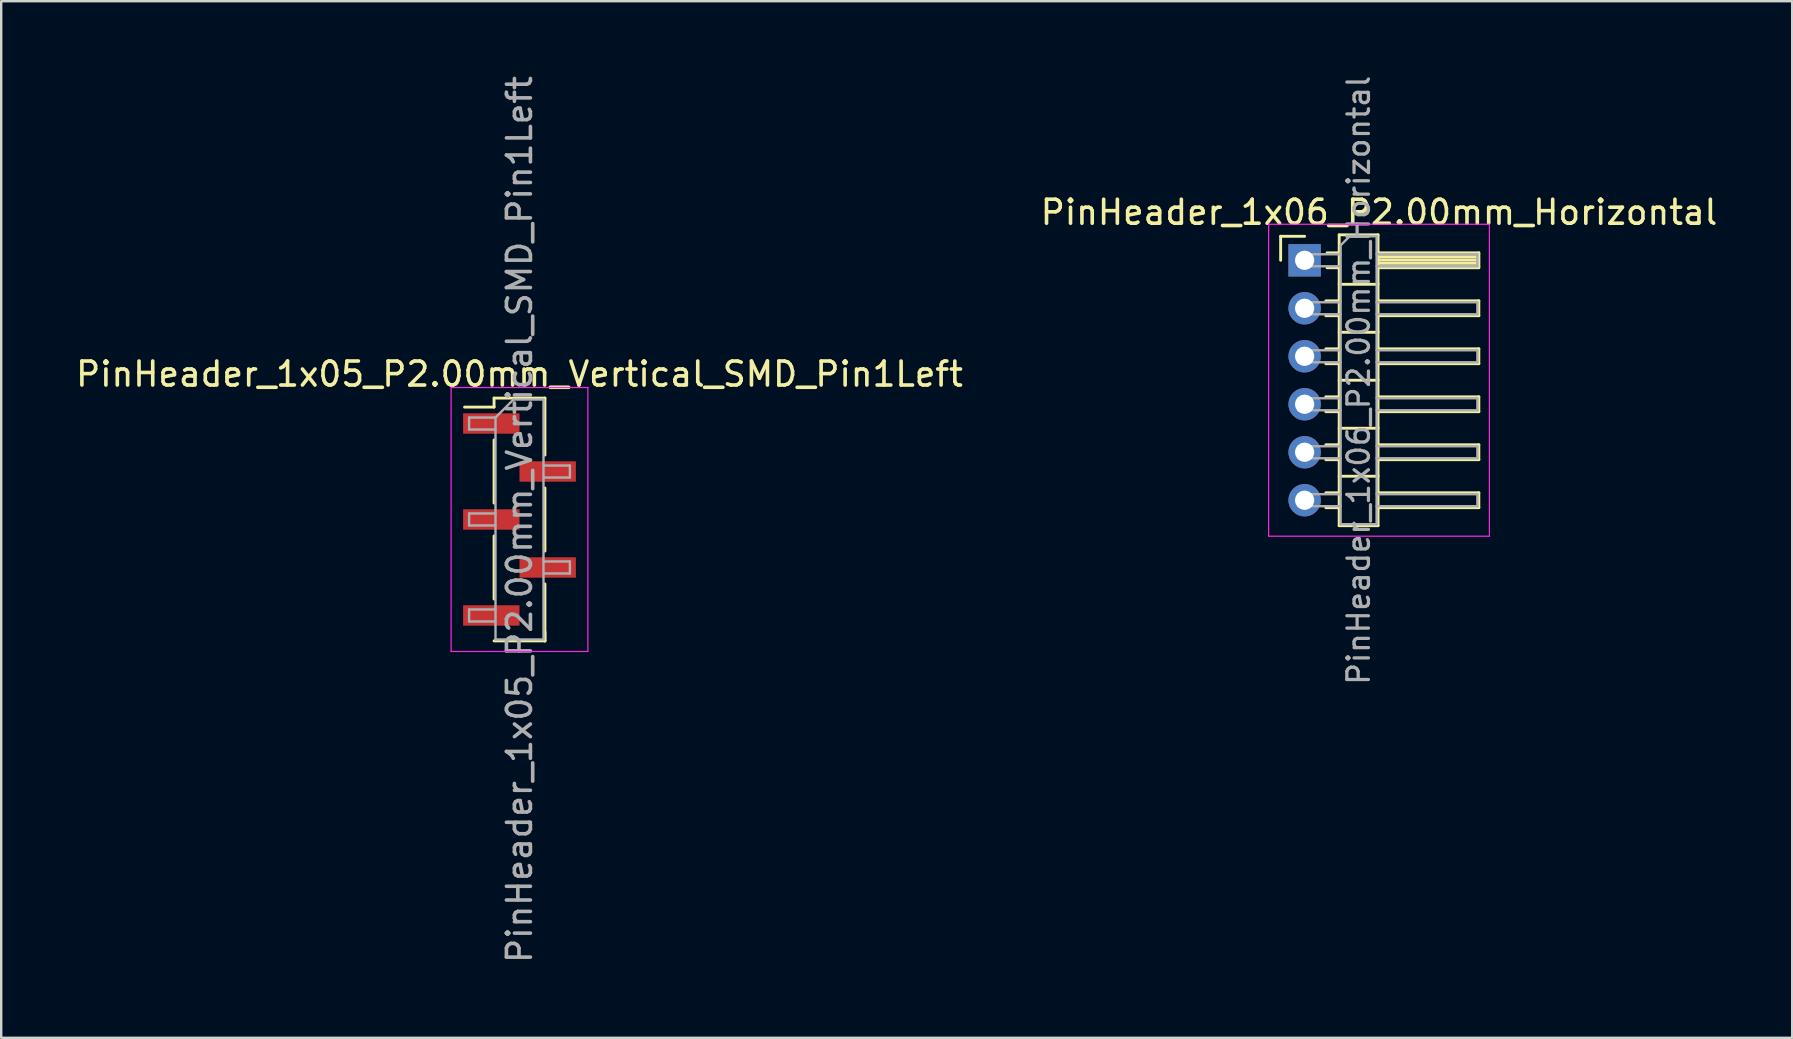
<source format=kicad_pcb>
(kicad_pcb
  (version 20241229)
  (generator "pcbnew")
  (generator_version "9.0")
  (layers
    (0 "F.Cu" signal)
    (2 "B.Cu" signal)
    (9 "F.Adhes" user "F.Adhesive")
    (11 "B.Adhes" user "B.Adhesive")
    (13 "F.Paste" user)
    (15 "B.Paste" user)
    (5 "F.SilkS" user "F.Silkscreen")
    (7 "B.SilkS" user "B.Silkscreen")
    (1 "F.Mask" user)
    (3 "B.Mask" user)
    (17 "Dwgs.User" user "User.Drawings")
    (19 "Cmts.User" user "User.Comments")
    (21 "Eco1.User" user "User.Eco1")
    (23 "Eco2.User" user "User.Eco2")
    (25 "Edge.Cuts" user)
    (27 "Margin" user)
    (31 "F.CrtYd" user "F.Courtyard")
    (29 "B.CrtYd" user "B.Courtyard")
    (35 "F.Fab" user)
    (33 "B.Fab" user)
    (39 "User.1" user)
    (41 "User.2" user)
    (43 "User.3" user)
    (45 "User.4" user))
  (footprint "PinHeader_1x05_P2.00mm_Vertical_SMD_Pin1Left"
    (layer "F.Cu")
    (at 18.601 18.601)
    (property "Reference" "PinHeader_1x05_P2.00mm_Vertical_SMD_Pin1Left" (at 0 -6.06 0) (layer "F.SilkS") (effects (font (size 1 1) (thickness 0.15))))
    (attr smd)
    (fp_line (start -1.06 -5.06) (end -1.06 -4.685) (stroke (width 0.12) (type solid)) (layer "F.SilkS"))
    (fp_line (start -1.06 -5.06) (end 1.06 -5.06) (stroke (width 0.12) (type solid)) (layer "F.SilkS"))
    (fp_line (start -1.06 -4.685) (end -2.29 -4.685) (stroke (width 0.12) (type solid)) (layer "F.SilkS"))
    (fp_line (start -1.06 -3.315) (end -1.06 -0.685) (stroke (width 0.12) (type solid)) (layer "F.SilkS"))
    (fp_line (start -1.06 0.685) (end -1.06 3.315) (stroke (width 0.12) (type solid)) (layer "F.SilkS"))
    (fp_line (start -1.06 5.06) (end 1.06 5.06) (stroke (width 0.12) (type solid)) (layer "F.SilkS"))
    (fp_line (start 1.06 -5.06) (end 1.06 -2.685) (stroke (width 0.12) (type solid)) (layer "F.SilkS"))
    (fp_line (start 1.06 -1.315) (end 1.06 1.315) (stroke (width 0.12) (type solid)) (layer "F.SilkS"))
    (fp_line (start 1.06 2.685) (end 1.06 5.06) (stroke (width 0.12) (type solid)) (layer "F.SilkS"))
    (fp_line (start 1.06 4.685) (end 1.06 5.06) (stroke (width 0.12) (type solid)) (layer "F.SilkS"))
    (fp_line (start -2.85 -5.5) (end -2.85 5.5) (stroke (width 0.05) (type solid)) (layer "F.CrtYd"))
    (fp_line (start -2.85 5.5) (end 2.85 5.5) (stroke (width 0.05) (type solid)) (layer "F.CrtYd"))
    (fp_line (start 2.85 -5.5) (end -2.85 -5.5) (stroke (width 0.05) (type solid)) (layer "F.CrtYd"))
    (fp_line (start 2.85 5.5) (end 2.85 -5.5) (stroke (width 0.05) (type solid)) (layer "F.CrtYd"))
    (fp_line (start -2.1 -4.25) (end -2.1 -3.75) (stroke (width 0.1) (type solid)) (layer "F.Fab"))
    (fp_line (start -2.1 -3.75) (end -1 -3.75) (stroke (width 0.1) (type solid)) (layer "F.Fab"))
    (fp_line (start -2.1 -0.25) (end -2.1 0.25) (stroke (width 0.1) (type solid)) (layer "F.Fab"))
    (fp_line (start -2.1 0.25) (end -1 0.25) (stroke (width 0.1) (type solid)) (layer "F.Fab"))
    (fp_line (start -2.1 3.75) (end -2.1 4.25) (stroke (width 0.1) (type solid)) (layer "F.Fab"))
    (fp_line (start -2.1 4.25) (end -1 4.25) (stroke (width 0.1) (type solid)) (layer "F.Fab"))
    (fp_line (start -1 -4.25) (end -2.1 -4.25) (stroke (width 0.1) (type solid)) (layer "F.Fab"))
    (fp_line (start -1 -4.25) (end -0.25 -5) (stroke (width 0.1) (type solid)) (layer "F.Fab"))
    (fp_line (start -1 -0.25) (end -2.1 -0.25) (stroke (width 0.1) (type solid)) (layer "F.Fab"))
    (fp_line (start -1 3.75) (end -2.1 3.75) (stroke (width 0.1) (type solid)) (layer "F.Fab"))
    (fp_line (start -1 5) (end -1 -4.25) (stroke (width 0.1) (type solid)) (layer "F.Fab"))
    (fp_line (start -0.25 -5) (end 1 -5) (stroke (width 0.1) (type solid)) (layer "F.Fab"))
    (fp_line (start 1 -5) (end 1 5) (stroke (width 0.1) (type solid)) (layer "F.Fab"))
    (fp_line (start 1 -2.25) (end 2.1 -2.25) (stroke (width 0.1) (type solid)) (layer "F.Fab"))
    (fp_line (start 1 1.75) (end 2.1 1.75) (stroke (width 0.1) (type solid)) (layer "F.Fab"))
    (fp_line (start 1 5) (end -1 5) (stroke (width 0.1) (type solid)) (layer "F.Fab"))
    (fp_line (start 2.1 -2.25) (end 2.1 -1.75) (stroke (width 0.1) (type solid)) (layer "F.Fab"))
    (fp_line (start 2.1 -1.75) (end 1 -1.75) (stroke (width 0.1) (type solid)) (layer "F.Fab"))
    (fp_line (start 2.1 1.75) (end 2.1 2.25) (stroke (width 0.1) (type solid)) (layer "F.Fab"))
    (fp_line (start 2.1 2.25) (end 1 2.25) (stroke (width 0.1) (type solid)) (layer "F.Fab"))
    (fp_text user "${REFERENCE}" (at 0 0 90) (layer "F.Fab") (effects (font (size 1 1) (thickness 0.15))))
    (pad "1" smd rect (at -1.175 -4) (size 2.35 0.85) (layers "F.Cu" "F.Mask" "F.Paste"))
    (pad "2" smd rect (at 1.175 -2) (size 2.35 0.85) (layers "F.Cu" "F.Mask" "F.Paste"))
    (pad "3" smd rect (at -1.175 0) (size 2.35 0.85) (layers "F.Cu" "F.Mask" "F.Paste"))
    (pad "4" smd rect (at 1.175 2) (size 2.35 0.85) (layers "F.Cu" "F.Mask" "F.Paste"))
    (pad "5" smd rect (at -1.175 4) (size 2.35 0.85) (layers "F.Cu" "F.Mask" "F.Paste")))
  (footprint "PinHeader_1x06_P2.00mm_Horizontal"
    (layer "F.Cu")
    (at 51.323 7.798)
    (property "Reference" "PinHeader_1x06_P2.00mm_Horizontal" (at 3.1 -2 0) (layer "F.SilkS") (effects (font (size 1 1) (thickness 0.15))))
    (attr through_hole)
    (fp_line (start -1 -1) (end 0 -1) (stroke (width 0.12) (type solid)) (layer "F.SilkS"))
    (fp_line (start -1 0) (end -1 -1) (stroke (width 0.12) (type solid)) (layer "F.SilkS"))
    (fp_line (start 0.882 1.69) (end 1.44 1.69) (stroke (width 0.12) (type solid)) (layer "F.SilkS"))
    (fp_line (start 0.882 2.31) (end 1.44 2.31) (stroke (width 0.12) (type solid)) (layer "F.SilkS"))
    (fp_line (start 0.882 3.69) (end 1.44 3.69) (stroke (width 0.12) (type solid)) (layer "F.SilkS"))
    (fp_line (start 0.882 4.31) (end 1.44 4.31) (stroke (width 0.12) (type solid)) (layer "F.SilkS"))
    (fp_line (start 0.882 5.69) (end 1.44 5.69) (stroke (width 0.12) (type solid)) (layer "F.SilkS"))
    (fp_line (start 0.882 6.31) (end 1.44 6.31) (stroke (width 0.12) (type solid)) (layer "F.SilkS"))
    (fp_line (start 0.882 7.69) (end 1.44 7.69) (stroke (width 0.12) (type solid)) (layer "F.SilkS"))
    (fp_line (start 0.882 8.31) (end 1.44 8.31) (stroke (width 0.12) (type solid)) (layer "F.SilkS"))
    (fp_line (start 0.882 9.69) (end 1.44 9.69) (stroke (width 0.12) (type solid)) (layer "F.SilkS"))
    (fp_line (start 0.882 10.31) (end 1.44 10.31) (stroke (width 0.12) (type solid)) (layer "F.SilkS"))
    (fp_line (start 0.935 -0.31) (end 1.44 -0.31) (stroke (width 0.12) (type solid)) (layer "F.SilkS"))
    (fp_line (start 0.935 0.31) (end 1.44 0.31) (stroke (width 0.12) (type solid)) (layer "F.SilkS"))
    (fp_line (start 1.44 -1.06) (end 1.44 11.06) (stroke (width 0.12) (type solid)) (layer "F.SilkS"))
    (fp_line (start 1.44 1) (end 3.06 1) (stroke (width 0.12) (type solid)) (layer "F.SilkS"))
    (fp_line (start 1.44 3) (end 3.06 3) (stroke (width 0.12) (type solid)) (layer "F.SilkS"))
    (fp_line (start 1.44 5) (end 3.06 5) (stroke (width 0.12) (type solid)) (layer "F.SilkS"))
    (fp_line (start 1.44 7) (end 3.06 7) (stroke (width 0.12) (type solid)) (layer "F.SilkS"))
    (fp_line (start 1.44 9) (end 3.06 9) (stroke (width 0.12) (type solid)) (layer "F.SilkS"))
    (fp_line (start 1.44 11.06) (end 3.06 11.06) (stroke (width 0.12) (type solid)) (layer "F.SilkS"))
    (fp_line (start 3.06 -1.06) (end 1.44 -1.06) (stroke (width 0.12) (type solid)) (layer "F.SilkS"))
    (fp_line (start 3.06 -0.31) (end 7.26 -0.31) (stroke (width 0.12) (type solid)) (layer "F.SilkS"))
    (fp_line (start 3.06 -0.25) (end 7.26 -0.25) (stroke (width 0.12) (type solid)) (layer "F.SilkS"))
    (fp_line (start 3.06 -0.13) (end 7.26 -0.13) (stroke (width 0.12) (type solid)) (layer "F.SilkS"))
    (fp_line (start 3.06 -0.01) (end 7.26 -0.01) (stroke (width 0.12) (type solid)) (layer "F.SilkS"))
    (fp_line (start 3.06 0.11) (end 7.26 0.11) (stroke (width 0.12) (type solid)) (layer "F.SilkS"))
    (fp_line (start 3.06 0.23) (end 7.26 0.23) (stroke (width 0.12) (type solid)) (layer "F.SilkS"))
    (fp_line (start 3.06 1.69) (end 7.26 1.69) (stroke (width 0.12) (type solid)) (layer "F.SilkS"))
    (fp_line (start 3.06 3.69) (end 7.26 3.69) (stroke (width 0.12) (type solid)) (layer "F.SilkS"))
    (fp_line (start 3.06 5.69) (end 7.26 5.69) (stroke (width 0.12) (type solid)) (layer "F.SilkS"))
    (fp_line (start 3.06 7.69) (end 7.26 7.69) (stroke (width 0.12) (type solid)) (layer "F.SilkS"))
    (fp_line (start 3.06 9.69) (end 7.26 9.69) (stroke (width 0.12) (type solid)) (layer "F.SilkS"))
    (fp_line (start 3.06 11.06) (end 3.06 -1.06) (stroke (width 0.12) (type solid)) (layer "F.SilkS"))
    (fp_line (start 7.26 -0.31) (end 7.26 0.31) (stroke (width 0.12) (type solid)) (layer "F.SilkS"))
    (fp_line (start 7.26 0.31) (end 3.06 0.31) (stroke (width 0.12) (type solid)) (layer "F.SilkS"))
    (fp_line (start 7.26 1.69) (end 7.26 2.31) (stroke (width 0.12) (type solid)) (layer "F.SilkS"))
    (fp_line (start 7.26 2.31) (end 3.06 2.31) (stroke (width 0.12) (type solid)) (layer "F.SilkS"))
    (fp_line (start 7.26 3.69) (end 7.26 4.31) (stroke (width 0.12) (type solid)) (layer "F.SilkS"))
    (fp_line (start 7.26 4.31) (end 3.06 4.31) (stroke (width 0.12) (type solid)) (layer "F.SilkS"))
    (fp_line (start 7.26 5.69) (end 7.26 6.31) (stroke (width 0.12) (type solid)) (layer "F.SilkS"))
    (fp_line (start 7.26 6.31) (end 3.06 6.31) (stroke (width 0.12) (type solid)) (layer "F.SilkS"))
    (fp_line (start 7.26 7.69) (end 7.26 8.31) (stroke (width 0.12) (type solid)) (layer "F.SilkS"))
    (fp_line (start 7.26 8.31) (end 3.06 8.31) (stroke (width 0.12) (type solid)) (layer "F.SilkS"))
    (fp_line (start 7.26 9.69) (end 7.26 10.31) (stroke (width 0.12) (type solid)) (layer "F.SilkS"))
    (fp_line (start 7.26 10.31) (end 3.06 10.31) (stroke (width 0.12) (type solid)) (layer "F.SilkS"))
    (fp_line (start -1.5 -1.5) (end -1.5 11.5) (stroke (width 0.05) (type solid)) (layer "F.CrtYd"))
    (fp_line (start -1.5 11.5) (end 7.7 11.5) (stroke (width 0.05) (type solid)) (layer "F.CrtYd"))
    (fp_line (start 7.7 -1.5) (end -1.5 -1.5) (stroke (width 0.05) (type solid)) (layer "F.CrtYd"))
    (fp_line (start 7.7 11.5) (end 7.7 -1.5) (stroke (width 0.05) (type solid)) (layer "F.CrtYd"))
    (fp_line (start -0.25 -0.25) (end -0.25 0.25) (stroke (width 0.1) (type solid)) (layer "F.Fab"))
    (fp_line (start -0.25 -0.25) (end 1.5 -0.25) (stroke (width 0.1) (type solid)) (layer "F.Fab"))
    (fp_line (start -0.25 0.25) (end 1.5 0.25) (stroke (width 0.1) (type solid)) (layer "F.Fab"))
    (fp_line (start -0.25 1.75) (end -0.25 2.25) (stroke (width 0.1) (type solid)) (layer "F.Fab"))
    (fp_line (start -0.25 1.75) (end 1.5 1.75) (stroke (width 0.1) (type solid)) (layer "F.Fab"))
    (fp_line (start -0.25 2.25) (end 1.5 2.25) (stroke (width 0.1) (type solid)) (layer "F.Fab"))
    (fp_line (start -0.25 3.75) (end -0.25 4.25) (stroke (width 0.1) (type solid)) (layer "F.Fab"))
    (fp_line (start -0.25 3.75) (end 1.5 3.75) (stroke (width 0.1) (type solid)) (layer "F.Fab"))
    (fp_line (start -0.25 4.25) (end 1.5 4.25) (stroke (width 0.1) (type solid)) (layer "F.Fab"))
    (fp_line (start -0.25 5.75) (end -0.25 6.25) (stroke (width 0.1) (type solid)) (layer "F.Fab"))
    (fp_line (start -0.25 5.75) (end 1.5 5.75) (stroke (width 0.1) (type solid)) (layer "F.Fab"))
    (fp_line (start -0.25 6.25) (end 1.5 6.25) (stroke (width 0.1) (type solid)) (layer "F.Fab"))
    (fp_line (start -0.25 7.75) (end -0.25 8.25) (stroke (width 0.1) (type solid)) (layer "F.Fab"))
    (fp_line (start -0.25 7.75) (end 1.5 7.75) (stroke (width 0.1) (type solid)) (layer "F.Fab"))
    (fp_line (start -0.25 8.25) (end 1.5 8.25) (stroke (width 0.1) (type solid)) (layer "F.Fab"))
    (fp_line (start -0.25 9.75) (end -0.25 10.25) (stroke (width 0.1) (type solid)) (layer "F.Fab"))
    (fp_line (start -0.25 9.75) (end 1.5 9.75) (stroke (width 0.1) (type solid)) (layer "F.Fab"))
    (fp_line (start -0.25 10.25) (end 1.5 10.25) (stroke (width 0.1) (type solid)) (layer "F.Fab"))
    (fp_line (start 1.5 -0.625) (end 1.875 -1) (stroke (width 0.1) (type solid)) (layer "F.Fab"))
    (fp_line (start 1.5 11) (end 1.5 -0.625) (stroke (width 0.1) (type solid)) (layer "F.Fab"))
    (fp_line (start 1.875 -1) (end 3 -1) (stroke (width 0.1) (type solid)) (layer "F.Fab"))
    (fp_line (start 3 -1) (end 3 11) (stroke (width 0.1) (type solid)) (layer "F.Fab"))
    (fp_line (start 3 -0.25) (end 7.2 -0.25) (stroke (width 0.1) (type solid)) (layer "F.Fab"))
    (fp_line (start 3 0.25) (end 7.2 0.25) (stroke (width 0.1) (type solid)) (layer "F.Fab"))
    (fp_line (start 3 1.75) (end 7.2 1.75) (stroke (width 0.1) (type solid)) (layer "F.Fab"))
    (fp_line (start 3 2.25) (end 7.2 2.25) (stroke (width 0.1) (type solid)) (layer "F.Fab"))
    (fp_line (start 3 3.75) (end 7.2 3.75) (stroke (width 0.1) (type solid)) (layer "F.Fab"))
    (fp_line (start 3 4.25) (end 7.2 4.25) (stroke (width 0.1) (type solid)) (layer "F.Fab"))
    (fp_line (start 3 5.75) (end 7.2 5.75) (stroke (width 0.1) (type solid)) (layer "F.Fab"))
    (fp_line (start 3 6.25) (end 7.2 6.25) (stroke (width 0.1) (type solid)) (layer "F.Fab"))
    (fp_line (start 3 7.75) (end 7.2 7.75) (stroke (width 0.1) (type solid)) (layer "F.Fab"))
    (fp_line (start 3 8.25) (end 7.2 8.25) (stroke (width 0.1) (type solid)) (layer "F.Fab"))
    (fp_line (start 3 9.75) (end 7.2 9.75) (stroke (width 0.1) (type solid)) (layer "F.Fab"))
    (fp_line (start 3 10.25) (end 7.2 10.25) (stroke (width 0.1) (type solid)) (layer "F.Fab"))
    (fp_line (start 3 11) (end 1.5 11) (stroke (width 0.1) (type solid)) (layer "F.Fab"))
    (fp_line (start 7.2 -0.25) (end 7.2 0.25) (stroke (width 0.1) (type solid)) (layer "F.Fab"))
    (fp_line (start 7.2 1.75) (end 7.2 2.25) (stroke (width 0.1) (type solid)) (layer "F.Fab"))
    (fp_line (start 7.2 3.75) (end 7.2 4.25) (stroke (width 0.1) (type solid)) (layer "F.Fab"))
    (fp_line (start 7.2 5.75) (end 7.2 6.25) (stroke (width 0.1) (type solid)) (layer "F.Fab"))
    (fp_line (start 7.2 7.75) (end 7.2 8.25) (stroke (width 0.1) (type solid)) (layer "F.Fab"))
    (fp_line (start 7.2 9.75) (end 7.2 10.25) (stroke (width 0.1) (type solid)) (layer "F.Fab"))
    (fp_text user "${REFERENCE}" (at 2.25 5 90) (layer "F.Fab") (effects (font (size 0.9 0.9) (thickness 0.135))))
    (pad "1" thru_hole rect (at 0 0) (size 1.35 1.35) (drill 0.8) (layers "*.Cu" "*.Mask"))
    (pad "2" thru_hole oval (at 0 2) (size 1.35 1.35) (drill 0.8) (layers "*.Cu" "*.Mask"))
    (pad "3" thru_hole oval (at 0 4) (size 1.35 1.35) (drill 0.8) (layers "*.Cu" "*.Mask"))
    (pad "4" thru_hole oval (at 0 6) (size 1.35 1.35) (drill 0.8) (layers "*.Cu" "*.Mask"))
    (pad "5" thru_hole oval (at 0 8) (size 1.35 1.35) (drill 0.8) (layers "*.Cu" "*.Mask"))
    (pad "6" thru_hole oval (at 0 10) (size 1.35 1.35) (drill 0.8) (layers "*.Cu" "*.Mask")))
  (gr_rect
    (start -3 -3)
    (end 71.643 40.202)
    (stroke (width 0.1) (type default))
    (fill no)
    (layer "Edge.Cuts")))
</source>
